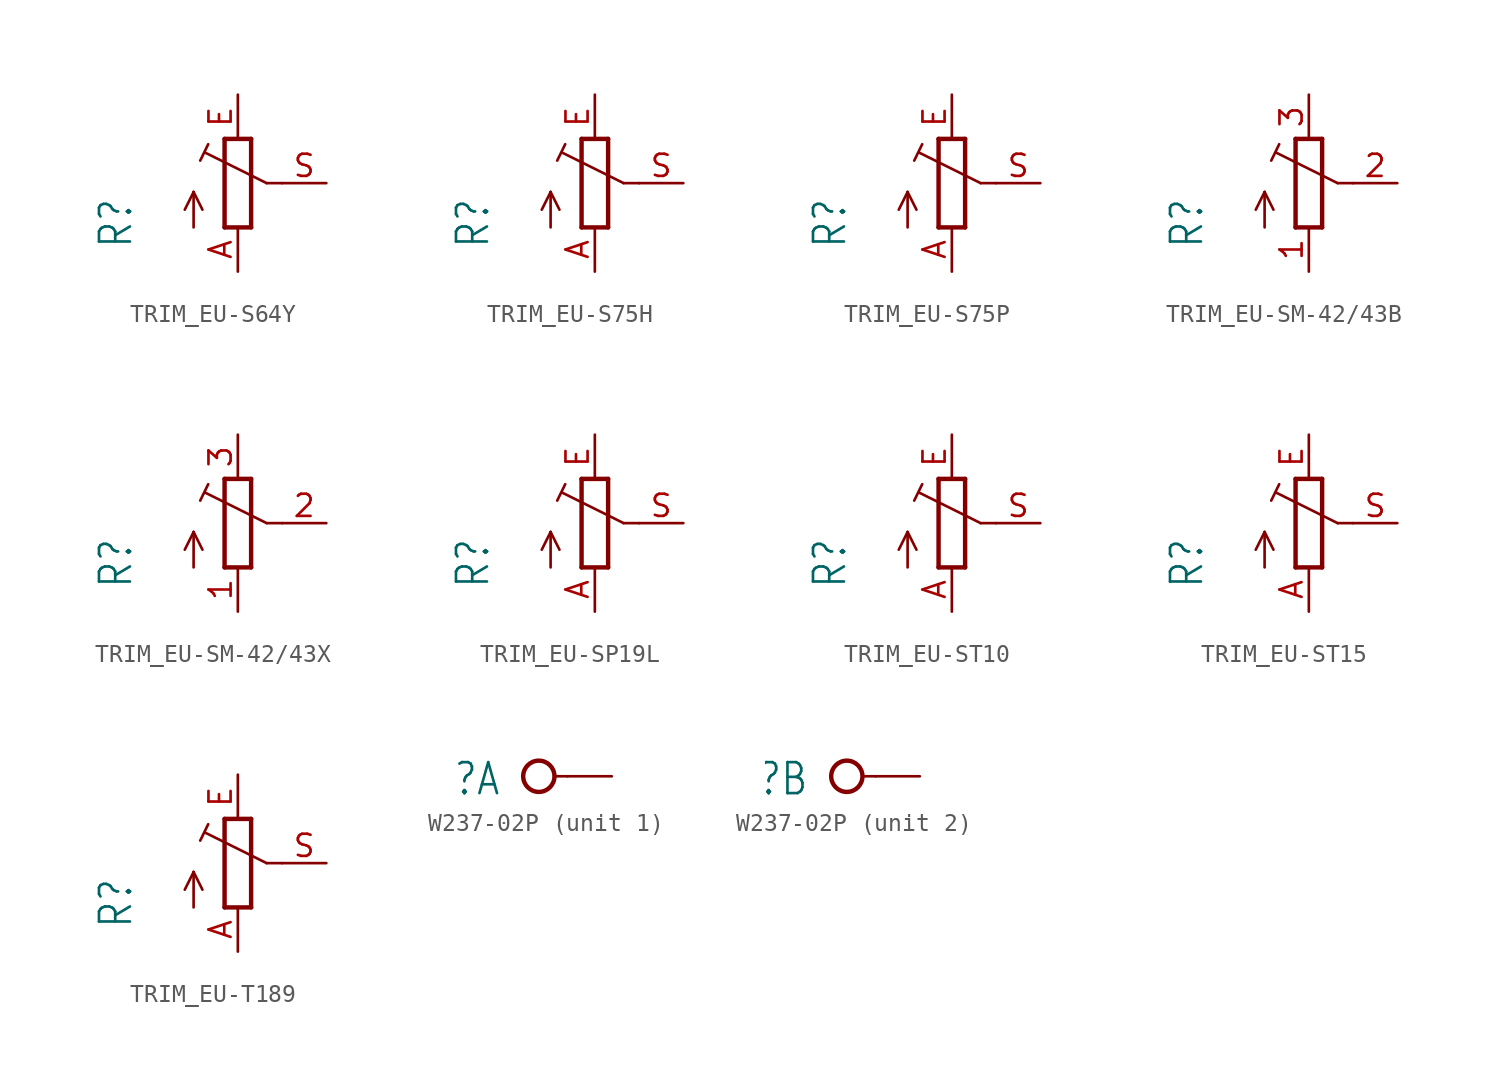
<source format=kicad_sym>
(kicad_symbol_lib
  (version 20231120)
  (generator "kicad_symbol_editor")
  (generator_version "8.0")
  (symbol "TRIM_EU-S64Y"
    (property "Reference" "R"
      (at -5.969 -3.81 90)
      (effects (font (size 1.778 1.511)) (justify left bottom)))
    (property "Value" ""
      (at -3.81 -3.81 90)
      (effects (font (size 1.778 1.511)) (justify left bottom)))
    (property "ki_locked" ""
      (at 0 0 0)
      (effects (font (size 1.27 1.27))))
    (symbol "TRIM_EU-S64Y_1_0"
      (polyline (pts (xy -2.54 -2.54) (xy -2.54 -0.508)) (stroke (width 0.152) (type solid)) (fill (type none)))
      (polyline (pts (xy -2.54 -0.508) (xy -3.048 -1.524)) (stroke (width 0.152) (type solid)) (fill (type none)))
      (polyline (pts (xy -2.54 -0.508) (xy -2.032 -1.524)) (stroke (width 0.152) (type solid)) (fill (type none)))
      (polyline (pts (xy -2.16 1.294) (xy -1.702 2.235)) (stroke (width 0.152) (type solid)) (fill (type none)))
      (polyline (pts (xy -0.762 -2.54) (xy 0.762 -2.54)) (stroke (width 0.254) (type solid)) (fill (type none)))
      (polyline (pts (xy -0.762 2.54) (xy -0.762 -2.54)) (stroke (width 0.254) (type solid)) (fill (type none)))
      (polyline (pts (xy 0.762 -2.54) (xy 0.762 2.54)) (stroke (width 0.254) (type solid)) (fill (type none)))
      (polyline (pts (xy 0.762 2.54) (xy -0.762 2.54)) (stroke (width 0.254) (type solid)) (fill (type none)))
      (polyline (pts (xy 1.651 0) (xy -1.88 1.753)) (stroke (width 0.152) (type solid)) (fill (type none)))
      (polyline (pts (xy 2.54 0) (xy 1.651 0)) (stroke (width 0.152) (type solid)) (fill (type none)))
      (pin passive line (at 0 -5.08 90) (length 2.54) (name "A" (effects (font (size 0 0)))) (number "A" (effects (font (size 1.27 1.27)))))
      (pin passive line (at 0 5.08 270) (length 2.54) (name "E" (effects (font (size 0 0)))) (number "E" (effects (font (size 1.27 1.27)))))
      (pin passive line (at 5.08 0 180) (length 2.54) (name "S" (effects (font (size 0 0)))) (number "S" (effects (font (size 1.27 1.27)))))))
  (symbol "TRIM_EU-S75H"
    (property "Reference" "R"
      (at -5.969 -3.81 90)
      (effects (font (size 1.778 1.511)) (justify left bottom)))
    (property "Value" ""
      (at -3.81 -3.81 90)
      (effects (font (size 1.778 1.511)) (justify left bottom)))
    (property "ki_locked" ""
      (at 0 0 0)
      (effects (font (size 1.27 1.27))))
    (symbol "TRIM_EU-S75H_1_0"
      (polyline (pts (xy -2.54 -2.54) (xy -2.54 -0.508)) (stroke (width 0.152) (type solid)) (fill (type none)))
      (polyline (pts (xy -2.54 -0.508) (xy -3.048 -1.524)) (stroke (width 0.152) (type solid)) (fill (type none)))
      (polyline (pts (xy -2.54 -0.508) (xy -2.032 -1.524)) (stroke (width 0.152) (type solid)) (fill (type none)))
      (polyline (pts (xy -2.16 1.294) (xy -1.702 2.235)) (stroke (width 0.152) (type solid)) (fill (type none)))
      (polyline (pts (xy -0.762 -2.54) (xy 0.762 -2.54)) (stroke (width 0.254) (type solid)) (fill (type none)))
      (polyline (pts (xy -0.762 2.54) (xy -0.762 -2.54)) (stroke (width 0.254) (type solid)) (fill (type none)))
      (polyline (pts (xy 0.762 -2.54) (xy 0.762 2.54)) (stroke (width 0.254) (type solid)) (fill (type none)))
      (polyline (pts (xy 0.762 2.54) (xy -0.762 2.54)) (stroke (width 0.254) (type solid)) (fill (type none)))
      (polyline (pts (xy 1.651 0) (xy -1.88 1.753)) (stroke (width 0.152) (type solid)) (fill (type none)))
      (polyline (pts (xy 2.54 0) (xy 1.651 0)) (stroke (width 0.152) (type solid)) (fill (type none)))
      (pin passive line (at 0 -5.08 90) (length 2.54) (name "A" (effects (font (size 0 0)))) (number "A" (effects (font (size 1.27 1.27)))))
      (pin passive line (at 0 5.08 270) (length 2.54) (name "E" (effects (font (size 0 0)))) (number "E" (effects (font (size 1.27 1.27)))))
      (pin passive line (at 5.08 0 180) (length 2.54) (name "S" (effects (font (size 0 0)))) (number "S" (effects (font (size 1.27 1.27)))))))
  (symbol "TRIM_EU-S75P"
    (property "Reference" "R"
      (at -5.969 -3.81 90)
      (effects (font (size 1.778 1.511)) (justify left bottom)))
    (property "Value" ""
      (at -3.81 -3.81 90)
      (effects (font (size 1.778 1.511)) (justify left bottom)))
    (property "ki_locked" ""
      (at 0 0 0)
      (effects (font (size 1.27 1.27))))
    (symbol "TRIM_EU-S75P_1_0"
      (polyline (pts (xy -2.54 -2.54) (xy -2.54 -0.508)) (stroke (width 0.152) (type solid)) (fill (type none)))
      (polyline (pts (xy -2.54 -0.508) (xy -3.048 -1.524)) (stroke (width 0.152) (type solid)) (fill (type none)))
      (polyline (pts (xy -2.54 -0.508) (xy -2.032 -1.524)) (stroke (width 0.152) (type solid)) (fill (type none)))
      (polyline (pts (xy -2.16 1.294) (xy -1.702 2.235)) (stroke (width 0.152) (type solid)) (fill (type none)))
      (polyline (pts (xy -0.762 -2.54) (xy 0.762 -2.54)) (stroke (width 0.254) (type solid)) (fill (type none)))
      (polyline (pts (xy -0.762 2.54) (xy -0.762 -2.54)) (stroke (width 0.254) (type solid)) (fill (type none)))
      (polyline (pts (xy 0.762 -2.54) (xy 0.762 2.54)) (stroke (width 0.254) (type solid)) (fill (type none)))
      (polyline (pts (xy 0.762 2.54) (xy -0.762 2.54)) (stroke (width 0.254) (type solid)) (fill (type none)))
      (polyline (pts (xy 1.651 0) (xy -1.88 1.753)) (stroke (width 0.152) (type solid)) (fill (type none)))
      (polyline (pts (xy 2.54 0) (xy 1.651 0)) (stroke (width 0.152) (type solid)) (fill (type none)))
      (pin passive line (at 0 -5.08 90) (length 2.54) (name "A" (effects (font (size 0 0)))) (number "A" (effects (font (size 1.27 1.27)))))
      (pin passive line (at 0 5.08 270) (length 2.54) (name "E" (effects (font (size 0 0)))) (number "E" (effects (font (size 1.27 1.27)))))
      (pin passive line (at 5.08 0 180) (length 2.54) (name "S" (effects (font (size 0 0)))) (number "S" (effects (font (size 1.27 1.27)))))))
  (symbol "TRIM_EU-SM-42/43B"
    (property "Reference" "R"
      (at -5.969 -3.81 90)
      (effects (font (size 1.778 1.511)) (justify left bottom)))
    (property "Value" ""
      (at -3.81 -3.81 90)
      (effects (font (size 1.778 1.511)) (justify left bottom)))
    (property "ki_locked" ""
      (at 0 0 0)
      (effects (font (size 1.27 1.27))))
    (symbol "TRIM_EU-SM-42/43B_1_0"
      (polyline (pts (xy -2.54 -2.54) (xy -2.54 -0.508)) (stroke (width 0.152) (type solid)) (fill (type none)))
      (polyline (pts (xy -2.54 -0.508) (xy -3.048 -1.524)) (stroke (width 0.152) (type solid)) (fill (type none)))
      (polyline (pts (xy -2.54 -0.508) (xy -2.032 -1.524)) (stroke (width 0.152) (type solid)) (fill (type none)))
      (polyline (pts (xy -2.16 1.294) (xy -1.702 2.235)) (stroke (width 0.152) (type solid)) (fill (type none)))
      (polyline (pts (xy -0.762 -2.54) (xy 0.762 -2.54)) (stroke (width 0.254) (type solid)) (fill (type none)))
      (polyline (pts (xy -0.762 2.54) (xy -0.762 -2.54)) (stroke (width 0.254) (type solid)) (fill (type none)))
      (polyline (pts (xy 0.762 -2.54) (xy 0.762 2.54)) (stroke (width 0.254) (type solid)) (fill (type none)))
      (polyline (pts (xy 0.762 2.54) (xy -0.762 2.54)) (stroke (width 0.254) (type solid)) (fill (type none)))
      (polyline (pts (xy 1.651 0) (xy -1.88 1.753)) (stroke (width 0.152) (type solid)) (fill (type none)))
      (polyline (pts (xy 2.54 0) (xy 1.651 0)) (stroke (width 0.152) (type solid)) (fill (type none)))
      (pin passive line (at 0 -5.08 90) (length 2.54) (name "A" (effects (font (size 0 0)))) (number "1" (effects (font (size 1.27 1.27)))))
      (pin passive line (at 5.08 0 180) (length 2.54) (name "S" (effects (font (size 0 0)))) (number "2" (effects (font (size 1.27 1.27)))))
      (pin passive line (at 0 5.08 270) (length 2.54) (name "E" (effects (font (size 0 0)))) (number "3" (effects (font (size 1.27 1.27)))))))
  (symbol "TRIM_EU-SM-42/43X"
    (property "Reference" "R"
      (at -5.969 -3.81 90)
      (effects (font (size 1.778 1.511)) (justify left bottom)))
    (property "Value" ""
      (at -3.81 -3.81 90)
      (effects (font (size 1.778 1.511)) (justify left bottom)))
    (property "ki_locked" ""
      (at 0 0 0)
      (effects (font (size 1.27 1.27))))
    (symbol "TRIM_EU-SM-42/43X_1_0"
      (polyline (pts (xy -2.54 -2.54) (xy -2.54 -0.508)) (stroke (width 0.152) (type solid)) (fill (type none)))
      (polyline (pts (xy -2.54 -0.508) (xy -3.048 -1.524)) (stroke (width 0.152) (type solid)) (fill (type none)))
      (polyline (pts (xy -2.54 -0.508) (xy -2.032 -1.524)) (stroke (width 0.152) (type solid)) (fill (type none)))
      (polyline (pts (xy -2.16 1.294) (xy -1.702 2.235)) (stroke (width 0.152) (type solid)) (fill (type none)))
      (polyline (pts (xy -0.762 -2.54) (xy 0.762 -2.54)) (stroke (width 0.254) (type solid)) (fill (type none)))
      (polyline (pts (xy -0.762 2.54) (xy -0.762 -2.54)) (stroke (width 0.254) (type solid)) (fill (type none)))
      (polyline (pts (xy 0.762 -2.54) (xy 0.762 2.54)) (stroke (width 0.254) (type solid)) (fill (type none)))
      (polyline (pts (xy 0.762 2.54) (xy -0.762 2.54)) (stroke (width 0.254) (type solid)) (fill (type none)))
      (polyline (pts (xy 1.651 0) (xy -1.88 1.753)) (stroke (width 0.152) (type solid)) (fill (type none)))
      (polyline (pts (xy 2.54 0) (xy 1.651 0)) (stroke (width 0.152) (type solid)) (fill (type none)))
      (pin passive line (at 0 -5.08 90) (length 2.54) (name "A" (effects (font (size 0 0)))) (number "1" (effects (font (size 1.27 1.27)))))
      (pin passive line (at 5.08 0 180) (length 2.54) (name "S" (effects (font (size 0 0)))) (number "2" (effects (font (size 1.27 1.27)))))
      (pin passive line (at 0 5.08 270) (length 2.54) (name "E" (effects (font (size 0 0)))) (number "3" (effects (font (size 1.27 1.27)))))))
  (symbol "TRIM_EU-SP19L"
    (property "Reference" "R"
      (at -5.969 -3.81 90)
      (effects (font (size 1.778 1.511)) (justify left bottom)))
    (property "Value" ""
      (at -3.81 -3.81 90)
      (effects (font (size 1.778 1.511)) (justify left bottom)))
    (property "ki_locked" ""
      (at 0 0 0)
      (effects (font (size 1.27 1.27))))
    (symbol "TRIM_EU-SP19L_1_0"
      (polyline (pts (xy -2.54 -2.54) (xy -2.54 -0.508)) (stroke (width 0.152) (type solid)) (fill (type none)))
      (polyline (pts (xy -2.54 -0.508) (xy -3.048 -1.524)) (stroke (width 0.152) (type solid)) (fill (type none)))
      (polyline (pts (xy -2.54 -0.508) (xy -2.032 -1.524)) (stroke (width 0.152) (type solid)) (fill (type none)))
      (polyline (pts (xy -2.16 1.294) (xy -1.702 2.235)) (stroke (width 0.152) (type solid)) (fill (type none)))
      (polyline (pts (xy -0.762 -2.54) (xy 0.762 -2.54)) (stroke (width 0.254) (type solid)) (fill (type none)))
      (polyline (pts (xy -0.762 2.54) (xy -0.762 -2.54)) (stroke (width 0.254) (type solid)) (fill (type none)))
      (polyline (pts (xy 0.762 -2.54) (xy 0.762 2.54)) (stroke (width 0.254) (type solid)) (fill (type none)))
      (polyline (pts (xy 0.762 2.54) (xy -0.762 2.54)) (stroke (width 0.254) (type solid)) (fill (type none)))
      (polyline (pts (xy 1.651 0) (xy -1.88 1.753)) (stroke (width 0.152) (type solid)) (fill (type none)))
      (polyline (pts (xy 2.54 0) (xy 1.651 0)) (stroke (width 0.152) (type solid)) (fill (type none)))
      (pin passive line (at 0 -5.08 90) (length 2.54) (name "A" (effects (font (size 0 0)))) (number "A" (effects (font (size 1.27 1.27)))))
      (pin passive line (at 0 5.08 270) (length 2.54) (name "E" (effects (font (size 0 0)))) (number "E" (effects (font (size 1.27 1.27)))))
      (pin passive line (at 5.08 0 180) (length 2.54) (name "S" (effects (font (size 0 0)))) (number "S" (effects (font (size 1.27 1.27)))))))
  (symbol "TRIM_EU-ST10"
    (property "Reference" "R"
      (at -5.969 -3.81 90)
      (effects (font (size 1.778 1.511)) (justify left bottom)))
    (property "Value" ""
      (at -3.81 -3.81 90)
      (effects (font (size 1.778 1.511)) (justify left bottom)))
    (property "ki_locked" ""
      (at 0 0 0)
      (effects (font (size 1.27 1.27))))
    (symbol "TRIM_EU-ST10_1_0"
      (polyline (pts (xy -2.54 -2.54) (xy -2.54 -0.508)) (stroke (width 0.152) (type solid)) (fill (type none)))
      (polyline (pts (xy -2.54 -0.508) (xy -3.048 -1.524)) (stroke (width 0.152) (type solid)) (fill (type none)))
      (polyline (pts (xy -2.54 -0.508) (xy -2.032 -1.524)) (stroke (width 0.152) (type solid)) (fill (type none)))
      (polyline (pts (xy -2.16 1.294) (xy -1.702 2.235)) (stroke (width 0.152) (type solid)) (fill (type none)))
      (polyline (pts (xy -0.762 -2.54) (xy 0.762 -2.54)) (stroke (width 0.254) (type solid)) (fill (type none)))
      (polyline (pts (xy -0.762 2.54) (xy -0.762 -2.54)) (stroke (width 0.254) (type solid)) (fill (type none)))
      (polyline (pts (xy 0.762 -2.54) (xy 0.762 2.54)) (stroke (width 0.254) (type solid)) (fill (type none)))
      (polyline (pts (xy 0.762 2.54) (xy -0.762 2.54)) (stroke (width 0.254) (type solid)) (fill (type none)))
      (polyline (pts (xy 1.651 0) (xy -1.88 1.753)) (stroke (width 0.152) (type solid)) (fill (type none)))
      (polyline (pts (xy 2.54 0) (xy 1.651 0)) (stroke (width 0.152) (type solid)) (fill (type none)))
      (pin passive line (at 0 -5.08 90) (length 2.54) (name "A" (effects (font (size 0 0)))) (number "A" (effects (font (size 1.27 1.27)))))
      (pin passive line (at 0 5.08 270) (length 2.54) (name "E" (effects (font (size 0 0)))) (number "E" (effects (font (size 1.27 1.27)))))
      (pin passive line (at 5.08 0 180) (length 2.54) (name "S" (effects (font (size 0 0)))) (number "S" (effects (font (size 1.27 1.27)))))))
  (symbol "TRIM_EU-ST15"
    (property "Reference" "R"
      (at -5.969 -3.81 90)
      (effects (font (size 1.778 1.511)) (justify left bottom)))
    (property "Value" ""
      (at -3.81 -3.81 90)
      (effects (font (size 1.778 1.511)) (justify left bottom)))
    (property "ki_locked" ""
      (at 0 0 0)
      (effects (font (size 1.27 1.27))))
    (symbol "TRIM_EU-ST15_1_0"
      (polyline (pts (xy -2.54 -2.54) (xy -2.54 -0.508)) (stroke (width 0.152) (type solid)) (fill (type none)))
      (polyline (pts (xy -2.54 -0.508) (xy -3.048 -1.524)) (stroke (width 0.152) (type solid)) (fill (type none)))
      (polyline (pts (xy -2.54 -0.508) (xy -2.032 -1.524)) (stroke (width 0.152) (type solid)) (fill (type none)))
      (polyline (pts (xy -2.16 1.294) (xy -1.702 2.235)) (stroke (width 0.152) (type solid)) (fill (type none)))
      (polyline (pts (xy -0.762 -2.54) (xy 0.762 -2.54)) (stroke (width 0.254) (type solid)) (fill (type none)))
      (polyline (pts (xy -0.762 2.54) (xy -0.762 -2.54)) (stroke (width 0.254) (type solid)) (fill (type none)))
      (polyline (pts (xy 0.762 -2.54) (xy 0.762 2.54)) (stroke (width 0.254) (type solid)) (fill (type none)))
      (polyline (pts (xy 0.762 2.54) (xy -0.762 2.54)) (stroke (width 0.254) (type solid)) (fill (type none)))
      (polyline (pts (xy 1.651 0) (xy -1.88 1.753)) (stroke (width 0.152) (type solid)) (fill (type none)))
      (polyline (pts (xy 2.54 0) (xy 1.651 0)) (stroke (width 0.152) (type solid)) (fill (type none)))
      (pin passive line (at 0 -5.08 90) (length 2.54) (name "A" (effects (font (size 0 0)))) (number "A" (effects (font (size 1.27 1.27)))))
      (pin passive line (at 0 5.08 270) (length 2.54) (name "E" (effects (font (size 0 0)))) (number "E" (effects (font (size 1.27 1.27)))))
      (pin passive line (at 5.08 0 180) (length 2.54) (name "S" (effects (font (size 0 0)))) (number "S" (effects (font (size 1.27 1.27)))))))
  (symbol "TRIM_EU-T189"
    (property "Reference" "R"
      (at -5.969 -3.81 90)
      (effects (font (size 1.778 1.511)) (justify left bottom)))
    (property "Value" ""
      (at -3.81 -3.81 90)
      (effects (font (size 1.778 1.511)) (justify left bottom)))
    (property "ki_locked" ""
      (at 0 0 0)
      (effects (font (size 1.27 1.27))))
    (symbol "TRIM_EU-T189_1_0"
      (polyline (pts (xy -2.54 -2.54) (xy -2.54 -0.508)) (stroke (width 0.152) (type solid)) (fill (type none)))
      (polyline (pts (xy -2.54 -0.508) (xy -3.048 -1.524)) (stroke (width 0.152) (type solid)) (fill (type none)))
      (polyline (pts (xy -2.54 -0.508) (xy -2.032 -1.524)) (stroke (width 0.152) (type solid)) (fill (type none)))
      (polyline (pts (xy -2.16 1.294) (xy -1.702 2.235)) (stroke (width 0.152) (type solid)) (fill (type none)))
      (polyline (pts (xy -0.762 -2.54) (xy 0.762 -2.54)) (stroke (width 0.254) (type solid)) (fill (type none)))
      (polyline (pts (xy -0.762 2.54) (xy -0.762 -2.54)) (stroke (width 0.254) (type solid)) (fill (type none)))
      (polyline (pts (xy 0.762 -2.54) (xy 0.762 2.54)) (stroke (width 0.254) (type solid)) (fill (type none)))
      (polyline (pts (xy 0.762 2.54) (xy -0.762 2.54)) (stroke (width 0.254) (type solid)) (fill (type none)))
      (polyline (pts (xy 1.651 0) (xy -1.88 1.753)) (stroke (width 0.152) (type solid)) (fill (type none)))
      (polyline (pts (xy 2.54 0) (xy 1.651 0)) (stroke (width 0.152) (type solid)) (fill (type none)))
      (pin passive line (at 0 -5.08 90) (length 2.54) (name "A" (effects (font (size 0 0)))) (number "A" (effects (font (size 1.27 1.27)))))
      (pin passive line (at 0 5.08 270) (length 2.54) (name "E" (effects (font (size 0 0)))) (number "E" (effects (font (size 1.27 1.27)))))
      (pin passive line (at 5.08 0 180) (length 2.54) (name "S" (effects (font (size 0 0)))) (number "S" (effects (font (size 1.27 1.27)))))))
  (symbol "W237-02P"
    (property "Reference" "X"
      (at -1.27 0.889 0)
      (effects (font (size 1.778 1.511)) (justify right top)))
    (property "ki_locked" ""
      (at 0 0 0)
      (effects (font (size 1.27 1.27))))
    (symbol "W237-02P_1_0"
      (polyline (pts (xy 1.778 0) (xy 2.54 0)) (stroke (width 0.152) (type solid)) (fill (type none)))
      (circle (center 0.889 0) (radius 0.898) (stroke (width 0.254) (type solid)) (fill (type none)))
      (pin passive line (at 5.08 0 180) (length 2.54) (name "KL" (effects (font (size 0 0)))) (number "1" (effects (font (size 0 0))))))
    (symbol "W237-02P_2_0"
      (polyline (pts (xy 1.778 0) (xy 2.54 0)) (stroke (width 0.152) (type solid)) (fill (type none)))
      (circle (center 0.889 0) (radius 0.898) (stroke (width 0.254) (type solid)) (fill (type none)))
      (pin passive line (at 5.08 0 180) (length 2.54) (name "KL" (effects (font (size 0 0)))) (number "2" (effects (font (size 0 0))))))))
</source>
